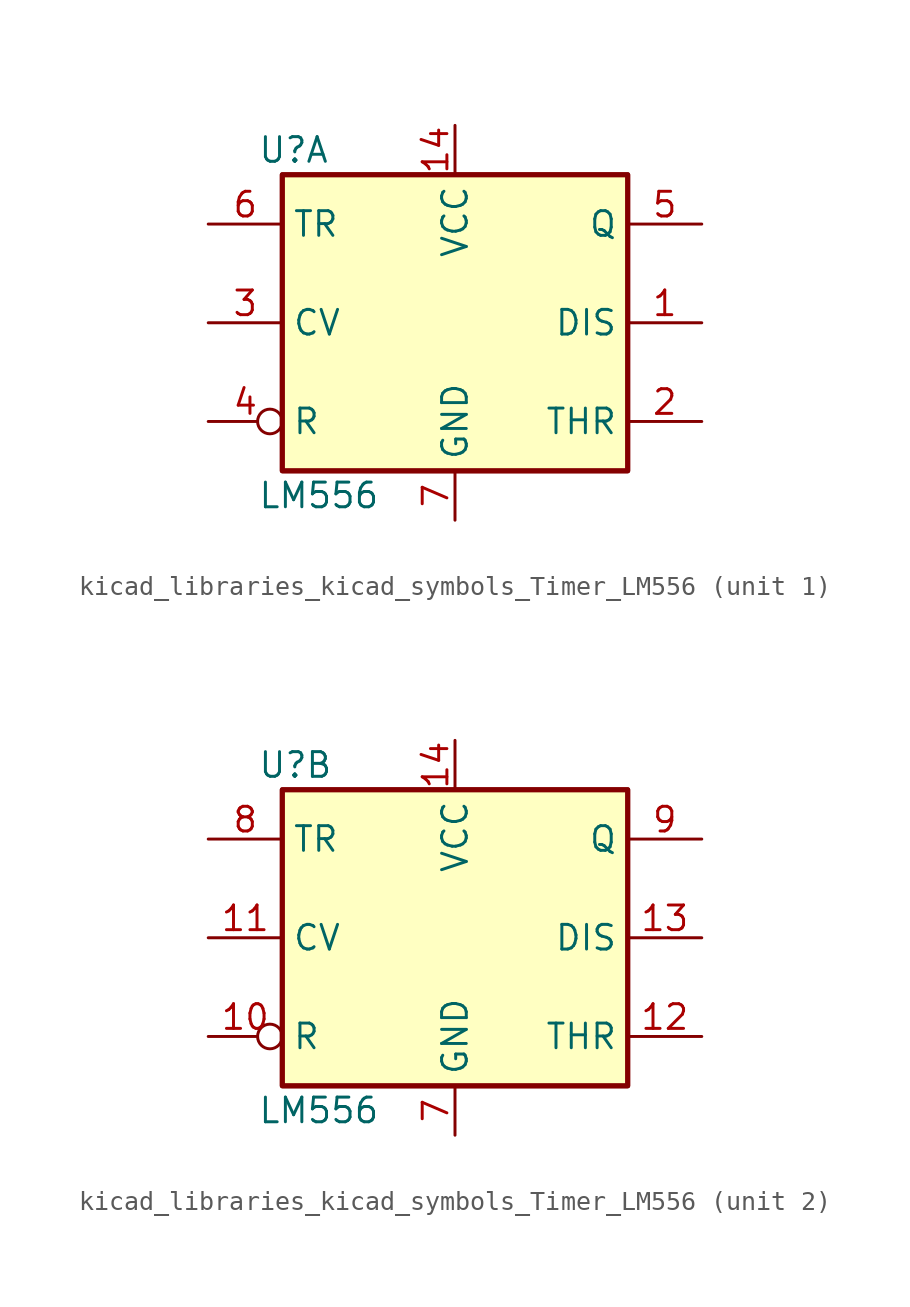
<source format=kicad_sym>
(kicad_symbol_lib
  (version 20220914)
  (generator kicad_symbol_editor)
  (symbol "kicad_libraries_kicad_symbols_Timer_LM556"
    (property "Reference" "U"
      (at -10.16 8.89 0)
      (effects (font (size 1.27 1.27)) (justify left)))
    (property "Value" "LM556"
      (at -10.16 -8.89 0)
      (effects (font (size 1.27 1.27)) (justify left)))
    (symbol "kicad_libraries_kicad_symbols_Timer_LM556_0_0"
      (pin power_in line (at 0 10.16 270) (length 2.54) (name "VCC" (effects (font (size 1.27 1.27)))) (number "14" (effects (font (size 1.27 1.27)))))
      (pin power_in line (at 0 -10.16 90) (length 2.54) (name "GND" (effects (font (size 1.27 1.27)))) (number "7" (effects (font (size 1.27 1.27))))))
    (symbol "kicad_libraries_kicad_symbols_Timer_LM556_0_1"
      (rectangle (start -8.89 -7.62) (end 8.89 7.62) (stroke (width 0.254) (type default)) (fill (type background)))
      (rectangle (start -8.89 -7.62) (end 8.89 7.62) (stroke (width 0.254) (type default)) (fill (type background))))
    (symbol "kicad_libraries_kicad_symbols_Timer_LM556_1_1"
      (pin input line (at 12.7 0 180) (length 3.81) (name "DIS" (effects (font (size 1.27 1.27)))) (number "1" (effects (font (size 1.27 1.27)))))
      (pin input line (at 12.7 -5.08 180) (length 3.81) (name "THR" (effects (font (size 1.27 1.27)))) (number "2" (effects (font (size 1.27 1.27)))))
      (pin input line (at -12.7 0 0) (length 3.81) (name "CV" (effects (font (size 1.27 1.27)))) (number "3" (effects (font (size 1.27 1.27)))))
      (pin input inverted (at -12.7 -5.08 0) (length 3.81) (name "R" (effects (font (size 1.27 1.27)))) (number "4" (effects (font (size 1.27 1.27)))))
      (pin output line (at 12.7 5.08 180) (length 3.81) (name "Q" (effects (font (size 1.27 1.27)))) (number "5" (effects (font (size 1.27 1.27)))))
      (pin input line (at -12.7 5.08 0) (length 3.81) (name "TR" (effects (font (size 1.27 1.27)))) (number "6" (effects (font (size 1.27 1.27))))))
    (symbol "kicad_libraries_kicad_symbols_Timer_LM556_2_1"
      (pin input inverted (at -12.7 -5.08 0) (length 3.81) (name "R" (effects (font (size 1.27 1.27)))) (number "10" (effects (font (size 1.27 1.27)))))
      (pin input line (at -12.7 0 0) (length 3.81) (name "CV" (effects (font (size 1.27 1.27)))) (number "11" (effects (font (size 1.27 1.27)))))
      (pin input line (at 12.7 -5.08 180) (length 3.81) (name "THR" (effects (font (size 1.27 1.27)))) (number "12" (effects (font (size 1.27 1.27)))))
      (pin input line (at 12.7 0 180) (length 3.81) (name "DIS" (effects (font (size 1.27 1.27)))) (number "13" (effects (font (size 1.27 1.27)))))
      (pin input line (at -12.7 5.08 0) (length 3.81) (name "TR" (effects (font (size 1.27 1.27)))) (number "8" (effects (font (size 1.27 1.27)))))
      (pin output line (at 12.7 5.08 180) (length 3.81) (name "Q" (effects (font (size 1.27 1.27)))) (number "9" (effects (font (size 1.27 1.27))))))))
</source>
